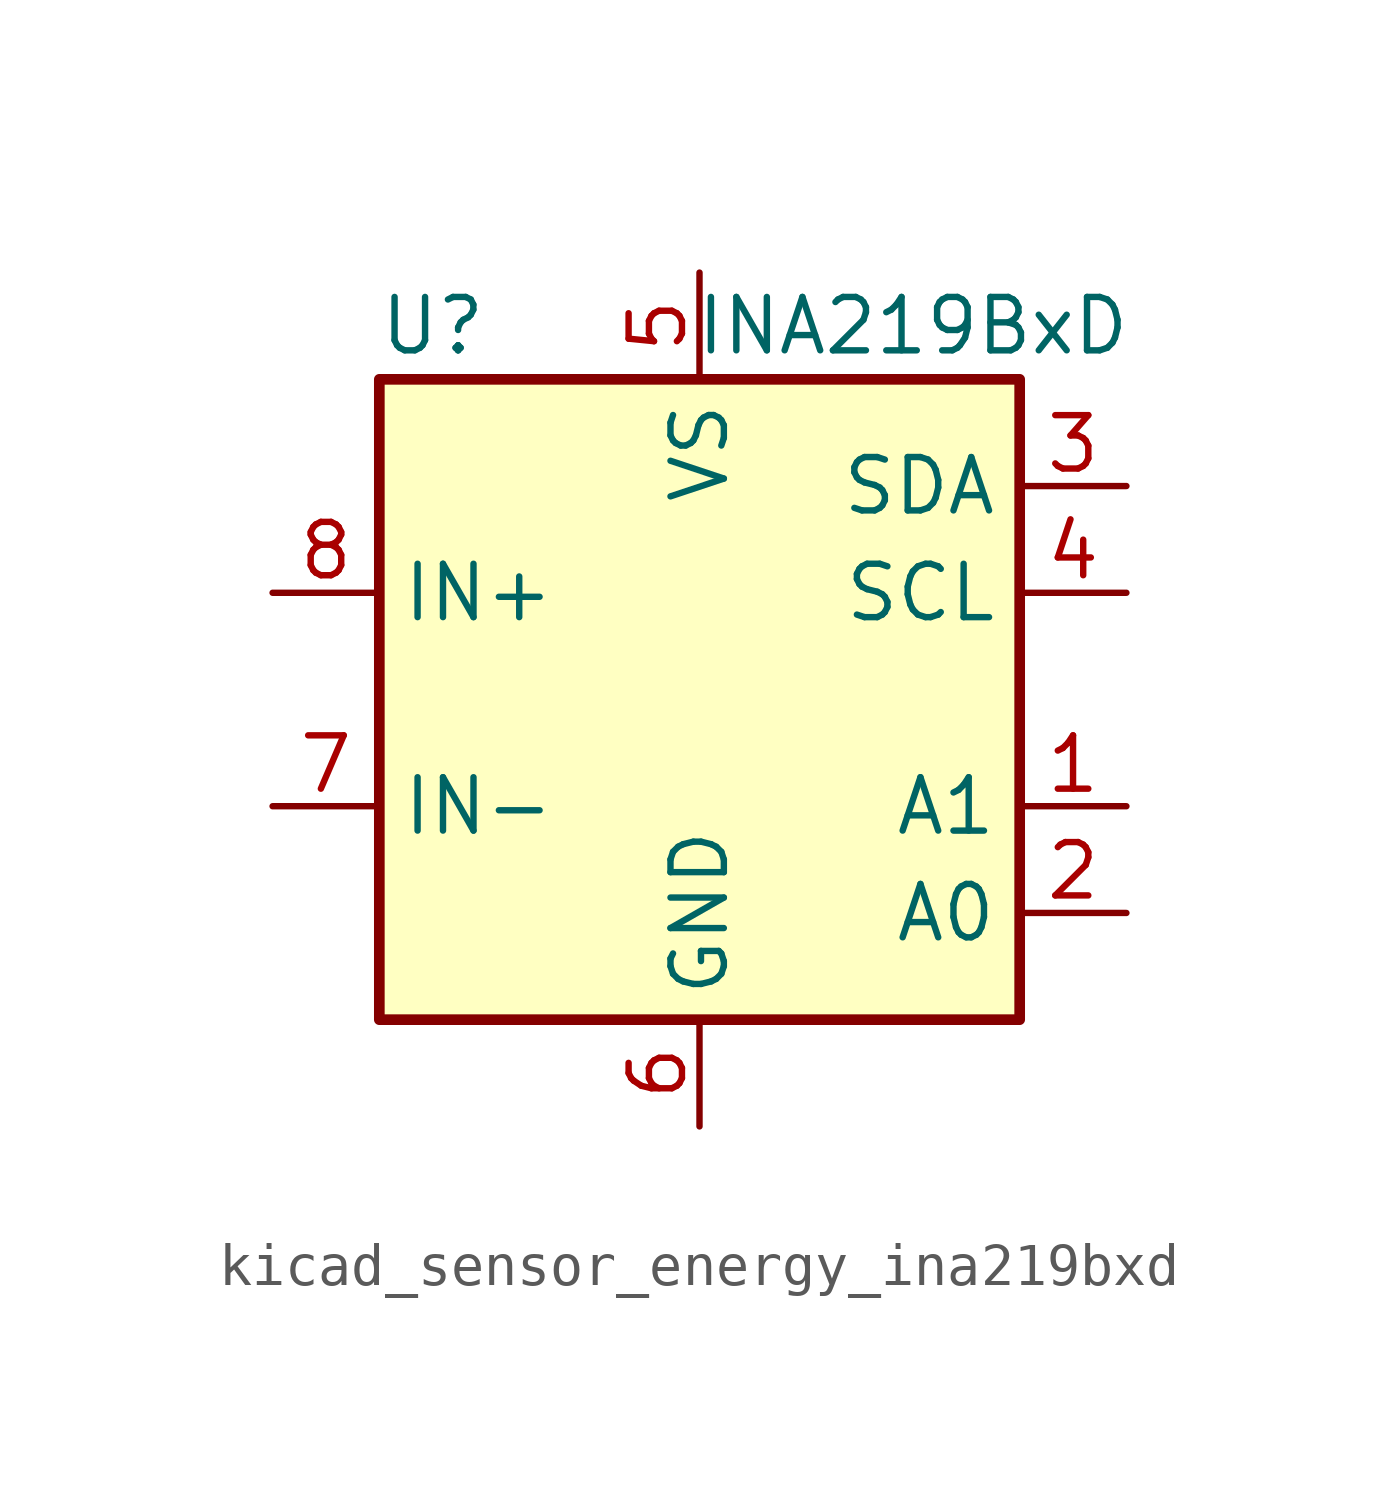
<source format=kicad_sym>
(kicad_symbol_lib
  (version 20220914)
  (generator kicad_symbol_editor)
  (symbol "kicad_sensor_energy_ina219bxd"
    (property "Reference" "U"
      (at -6.35 8.89 0)
      (effects (font (size 1.27 1.27))))
    (property "Value" "INA219BxD"
      (at 5.08 8.89 0)
      (effects (font (size 1.27 1.27))))
    (symbol "kicad_sensor_energy_ina219bxd_0_1"
      (rectangle (start -7.62 7.62) (end 7.62 -7.62) (stroke (width 0.254) (type default)) (fill (type background))))
    (symbol "kicad_sensor_energy_ina219bxd_1_1"
      (pin input line (at 10.16 -2.54 180) (length 2.54) (name "A1" (effects (font (size 1.27 1.27)))) (number "1" (effects (font (size 1.27 1.27)))))
      (pin input line (at 10.16 -5.08 180) (length 2.54) (name "A0" (effects (font (size 1.27 1.27)))) (number "2" (effects (font (size 1.27 1.27)))))
      (pin bidirectional line (at 10.16 5.08 180) (length 2.54) (name "SDA" (effects (font (size 1.27 1.27)))) (number "3" (effects (font (size 1.27 1.27)))))
      (pin input line (at 10.16 2.54 180) (length 2.54) (name "SCL" (effects (font (size 1.27 1.27)))) (number "4" (effects (font (size 1.27 1.27)))))
      (pin power_in line (at 0 10.16 270) (length 2.54) (name "VS" (effects (font (size 1.27 1.27)))) (number "5" (effects (font (size 1.27 1.27)))))
      (pin power_in line (at 0 -10.16 90) (length 2.54) (name "GND" (effects (font (size 1.27 1.27)))) (number "6" (effects (font (size 1.27 1.27)))))
      (pin input line (at -10.16 -2.54 0) (length 2.54) (name "IN-" (effects (font (size 1.27 1.27)))) (number "7" (effects (font (size 1.27 1.27)))))
      (pin input line (at -10.16 2.54 0) (length 2.54) (name "IN+" (effects (font (size 1.27 1.27)))) (number "8" (effects (font (size 1.27 1.27))))))))
</source>
